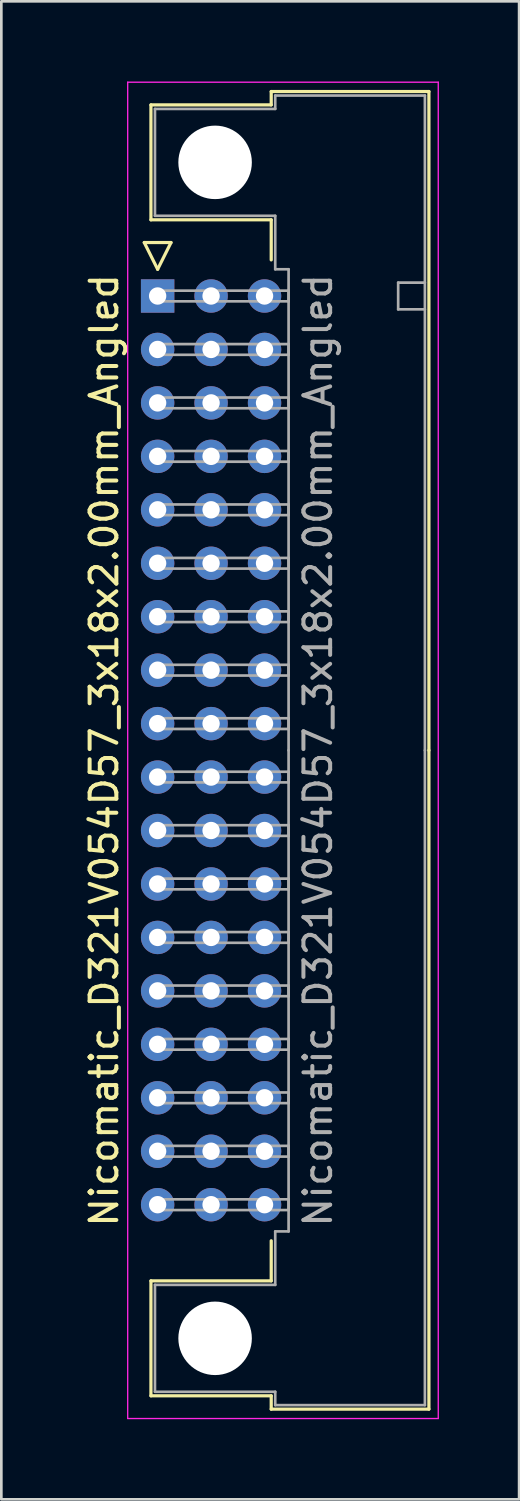
<source format=kicad_pcb>
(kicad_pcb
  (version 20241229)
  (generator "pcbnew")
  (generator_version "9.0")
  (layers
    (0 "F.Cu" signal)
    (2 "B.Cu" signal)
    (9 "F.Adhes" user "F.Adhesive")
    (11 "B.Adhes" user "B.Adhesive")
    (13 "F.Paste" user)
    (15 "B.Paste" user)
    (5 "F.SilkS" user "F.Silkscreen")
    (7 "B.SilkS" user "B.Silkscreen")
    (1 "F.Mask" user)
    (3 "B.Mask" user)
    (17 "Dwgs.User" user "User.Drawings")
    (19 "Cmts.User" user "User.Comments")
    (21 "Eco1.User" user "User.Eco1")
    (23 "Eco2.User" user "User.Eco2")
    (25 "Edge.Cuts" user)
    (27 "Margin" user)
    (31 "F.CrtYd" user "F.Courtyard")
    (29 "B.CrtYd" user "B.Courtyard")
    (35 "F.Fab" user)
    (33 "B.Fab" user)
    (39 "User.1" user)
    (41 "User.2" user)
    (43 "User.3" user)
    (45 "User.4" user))
  (footprint "Nicomatic_D321V054D57_3x18x2.00mm_Angled"
    (layer "F.Cu")
    (at 2.848 8.025)
    (property "Reference" "Nicomatic_D321V054D57_3x18x2.00mm_Angled" (at -2 17 90) (layer "F.SilkS") (effects (font (size 1 1) (thickness 0.15))))
    (attr through_hole)
    (fp_line (start -0.5 -2) (end 0 -1) (stroke (width 0.12) (type solid)) (layer "F.SilkS"))
    (fp_line (start -0.25 -7.15) (end -0.25 -2.85) (stroke (width 0.12) (type solid)) (layer "F.SilkS"))
    (fp_line (start -0.25 -2.85) (end 4.25 -2.85) (stroke (width 0.12) (type solid)) (layer "F.SilkS"))
    (fp_line (start -0.25 36.85) (end 4.25 36.85) (stroke (width 0.12) (type solid)) (layer "F.SilkS"))
    (fp_line (start -0.25 41.15) (end -0.25 36.85) (stroke (width 0.12) (type solid)) (layer "F.SilkS"))
    (fp_line (start 0 -1) (end 0.5 -2) (stroke (width 0.12) (type solid)) (layer "F.SilkS"))
    (fp_line (start 0.5 -2) (end -0.5 -2) (stroke (width 0.12) (type solid)) (layer "F.SilkS"))
    (fp_line (start 4.25 -7.65) (end 4.25 -7.15) (stroke (width 0.12) (type solid)) (layer "F.SilkS"))
    (fp_line (start 4.25 -7.15) (end -0.25 -7.15) (stroke (width 0.12) (type solid)) (layer "F.SilkS"))
    (fp_line (start 4.25 -2.85) (end 4.25 -1.35) (stroke (width 0.12) (type solid)) (layer "F.SilkS"))
    (fp_line (start 4.25 36.85) (end 4.25 35.35) (stroke (width 0.12) (type solid)) (layer "F.SilkS"))
    (fp_line (start 4.25 41.15) (end -0.25 41.15) (stroke (width 0.12) (type solid)) (layer "F.SilkS"))
    (fp_line (start 4.25 41.65) (end 4.25 41.15) (stroke (width 0.12) (type solid)) (layer "F.SilkS"))
    (fp_line (start 10.15 -7.65) (end 4.25 -7.65) (stroke (width 0.12) (type solid)) (layer "F.SilkS"))
    (fp_line (start 10.15 17) (end 10.15 -7.65) (stroke (width 0.12) (type solid)) (layer "F.SilkS"))
    (fp_line (start 10.15 17) (end 10.15 41.65) (stroke (width 0.12) (type solid)) (layer "F.SilkS"))
    (fp_line (start 10.15 41.65) (end 4.25 41.65) (stroke (width 0.12) (type solid)) (layer "F.SilkS"))
    (fp_line (start -1.12 -8) (end -1.12 42) (stroke (width 0.05) (type solid)) (layer "F.CrtYd"))
    (fp_line (start -1.12 42) (end 10.5 42) (stroke (width 0.05) (type solid)) (layer "F.CrtYd"))
    (fp_line (start 10.5 -8) (end -1.12 -8) (stroke (width 0.05) (type solid)) (layer "F.CrtYd"))
    (fp_line (start 10.5 42) (end 10.5 -8) (stroke (width 0.05) (type solid)) (layer "F.CrtYd"))
    (fp_line (start -0.1 -7) (end -0.1 -3) (stroke (width 0.1) (type solid)) (layer "F.Fab"))
    (fp_line (start -0.1 -3) (end 4.4 -3) (stroke (width 0.1) (type solid)) (layer "F.Fab"))
    (fp_line (start -0.1 37) (end 4.4 37) (stroke (width 0.1) (type solid)) (layer "F.Fab"))
    (fp_line (start -0.1 41) (end -0.1 37) (stroke (width 0.1) (type solid)) (layer "F.Fab"))
    (fp_line (start 0 -0.2) (end 0 0.2) (stroke (width 0.1) (type solid)) (layer "F.Fab"))
    (fp_line (start 0 0.2) (end 4.9 0.2) (stroke (width 0.1) (type solid)) (layer "F.Fab"))
    (fp_line (start 0 1.8) (end 0 2.2) (stroke (width 0.1) (type solid)) (layer "F.Fab"))
    (fp_line (start 0 2.2) (end 4.9 2.2) (stroke (width 0.1) (type solid)) (layer "F.Fab"))
    (fp_line (start 0 3.8) (end 0 4.2) (stroke (width 0.1) (type solid)) (layer "F.Fab"))
    (fp_line (start 0 4.2) (end 4.9 4.2) (stroke (width 0.1) (type solid)) (layer "F.Fab"))
    (fp_line (start 0 5.8) (end 0 6.2) (stroke (width 0.1) (type solid)) (layer "F.Fab"))
    (fp_line (start 0 6.2) (end 4.9 6.2) (stroke (width 0.1) (type solid)) (layer "F.Fab"))
    (fp_line (start 0 7.8) (end 0 8.2) (stroke (width 0.1) (type solid)) (layer "F.Fab"))
    (fp_line (start 0 8.2) (end 4.9 8.2) (stroke (width 0.1) (type solid)) (layer "F.Fab"))
    (fp_line (start 0 9.8) (end 0 10.2) (stroke (width 0.1) (type solid)) (layer "F.Fab"))
    (fp_line (start 0 10.2) (end 4.9 10.2) (stroke (width 0.1) (type solid)) (layer "F.Fab"))
    (fp_line (start 0 11.8) (end 0 12.2) (stroke (width 0.1) (type solid)) (layer "F.Fab"))
    (fp_line (start 0 12.2) (end 4.9 12.2) (stroke (width 0.1) (type solid)) (layer "F.Fab"))
    (fp_line (start 0 13.8) (end 0 14.2) (stroke (width 0.1) (type solid)) (layer "F.Fab"))
    (fp_line (start 0 14.2) (end 4.9 14.2) (stroke (width 0.1) (type solid)) (layer "F.Fab"))
    (fp_line (start 0 15.8) (end 0 16.2) (stroke (width 0.1) (type solid)) (layer "F.Fab"))
    (fp_line (start 0 16.2) (end 4.9 16.2) (stroke (width 0.1) (type solid)) (layer "F.Fab"))
    (fp_line (start 0 17.8) (end 0 18.2) (stroke (width 0.1) (type solid)) (layer "F.Fab"))
    (fp_line (start 0 18.2) (end 4.9 18.2) (stroke (width 0.1) (type solid)) (layer "F.Fab"))
    (fp_line (start 0 19.8) (end 0 20.2) (stroke (width 0.1) (type solid)) (layer "F.Fab"))
    (fp_line (start 0 20.2) (end 4.9 20.2) (stroke (width 0.1) (type solid)) (layer "F.Fab"))
    (fp_line (start 0 21.8) (end 0 22.2) (stroke (width 0.1) (type solid)) (layer "F.Fab"))
    (fp_line (start 0 22.2) (end 4.9 22.2) (stroke (width 0.1) (type solid)) (layer "F.Fab"))
    (fp_line (start 0 23.8) (end 0 24.2) (stroke (width 0.1) (type solid)) (layer "F.Fab"))
    (fp_line (start 0 24.2) (end 4.9 24.2) (stroke (width 0.1) (type solid)) (layer "F.Fab"))
    (fp_line (start 0 25.8) (end 0 26.2) (stroke (width 0.1) (type solid)) (layer "F.Fab"))
    (fp_line (start 0 26.2) (end 4.9 26.2) (stroke (width 0.1) (type solid)) (layer "F.Fab"))
    (fp_line (start 0 27.8) (end 0 28.2) (stroke (width 0.1) (type solid)) (layer "F.Fab"))
    (fp_line (start 0 28.2) (end 4.9 28.2) (stroke (width 0.1) (type solid)) (layer "F.Fab"))
    (fp_line (start 0 29.8) (end 0 30.2) (stroke (width 0.1) (type solid)) (layer "F.Fab"))
    (fp_line (start 0 30.2) (end 4.9 30.2) (stroke (width 0.1) (type solid)) (layer "F.Fab"))
    (fp_line (start 0 31.8) (end 0 32.2) (stroke (width 0.1) (type solid)) (layer "F.Fab"))
    (fp_line (start 0 32.2) (end 4.9 32.2) (stroke (width 0.1) (type solid)) (layer "F.Fab"))
    (fp_line (start 0 33.8) (end 0 34.2) (stroke (width 0.1) (type solid)) (layer "F.Fab"))
    (fp_line (start 0 34.2) (end 4.9 34.2) (stroke (width 0.1) (type solid)) (layer "F.Fab"))
    (fp_line (start 4.4 -7.5) (end 4.4 -7) (stroke (width 0.1) (type solid)) (layer "F.Fab"))
    (fp_line (start 4.4 -7) (end -0.1 -7) (stroke (width 0.1) (type solid)) (layer "F.Fab"))
    (fp_line (start 4.4 -3) (end 4.4 -1) (stroke (width 0.1) (type solid)) (layer "F.Fab"))
    (fp_line (start 4.4 -1) (end 4.9 -1) (stroke (width 0.1) (type solid)) (layer "F.Fab"))
    (fp_line (start 4.4 35) (end 4.9 35) (stroke (width 0.1) (type solid)) (layer "F.Fab"))
    (fp_line (start 4.4 37) (end 4.4 35) (stroke (width 0.1) (type solid)) (layer "F.Fab"))
    (fp_line (start 4.4 41) (end -0.1 41) (stroke (width 0.1) (type solid)) (layer "F.Fab"))
    (fp_line (start 4.4 41.5) (end 4.4 41) (stroke (width 0.1) (type solid)) (layer "F.Fab"))
    (fp_line (start 4.9 -1) (end 4.9 17) (stroke (width 0.1) (type solid)) (layer "F.Fab"))
    (fp_line (start 4.9 -0.2) (end 0 -0.2) (stroke (width 0.1) (type solid)) (layer "F.Fab"))
    (fp_line (start 4.9 0.2) (end 4.9 -0.2) (stroke (width 0.1) (type solid)) (layer "F.Fab"))
    (fp_line (start 4.9 1.8) (end 0 1.8) (stroke (width 0.1) (type solid)) (layer "F.Fab"))
    (fp_line (start 4.9 2.2) (end 4.9 1.8) (stroke (width 0.1) (type solid)) (layer "F.Fab"))
    (fp_line (start 4.9 3.8) (end 0 3.8) (stroke (width 0.1) (type solid)) (layer "F.Fab"))
    (fp_line (start 4.9 4.2) (end 4.9 3.8) (stroke (width 0.1) (type solid)) (layer "F.Fab"))
    (fp_line (start 4.9 5.8) (end 0 5.8) (stroke (width 0.1) (type solid)) (layer "F.Fab"))
    (fp_line (start 4.9 6.2) (end 4.9 5.8) (stroke (width 0.1) (type solid)) (layer "F.Fab"))
    (fp_line (start 4.9 7.8) (end 0 7.8) (stroke (width 0.1) (type solid)) (layer "F.Fab"))
    (fp_line (start 4.9 8.2) (end 4.9 7.8) (stroke (width 0.1) (type solid)) (layer "F.Fab"))
    (fp_line (start 4.9 9.8) (end 0 9.8) (stroke (width 0.1) (type solid)) (layer "F.Fab"))
    (fp_line (start 4.9 10.2) (end 4.9 9.8) (stroke (width 0.1) (type solid)) (layer "F.Fab"))
    (fp_line (start 4.9 11.8) (end 0 11.8) (stroke (width 0.1) (type solid)) (layer "F.Fab"))
    (fp_line (start 4.9 12.2) (end 4.9 11.8) (stroke (width 0.1) (type solid)) (layer "F.Fab"))
    (fp_line (start 4.9 13.8) (end 0 13.8) (stroke (width 0.1) (type solid)) (layer "F.Fab"))
    (fp_line (start 4.9 14.2) (end 4.9 13.8) (stroke (width 0.1) (type solid)) (layer "F.Fab"))
    (fp_line (start 4.9 15.8) (end 0 15.8) (stroke (width 0.1) (type solid)) (layer "F.Fab"))
    (fp_line (start 4.9 16.2) (end 4.9 15.8) (stroke (width 0.1) (type solid)) (layer "F.Fab"))
    (fp_line (start 4.9 17.8) (end 0 17.8) (stroke (width 0.1) (type solid)) (layer "F.Fab"))
    (fp_line (start 4.9 18.2) (end 4.9 17.8) (stroke (width 0.1) (type solid)) (layer "F.Fab"))
    (fp_line (start 4.9 19.8) (end 0 19.8) (stroke (width 0.1) (type solid)) (layer "F.Fab"))
    (fp_line (start 4.9 20.2) (end 4.9 19.8) (stroke (width 0.1) (type solid)) (layer "F.Fab"))
    (fp_line (start 4.9 21.8) (end 0 21.8) (stroke (width 0.1) (type solid)) (layer "F.Fab"))
    (fp_line (start 4.9 22.2) (end 4.9 21.8) (stroke (width 0.1) (type solid)) (layer "F.Fab"))
    (fp_line (start 4.9 23.8) (end 0 23.8) (stroke (width 0.1) (type solid)) (layer "F.Fab"))
    (fp_line (start 4.9 24.2) (end 4.9 23.8) (stroke (width 0.1) (type solid)) (layer "F.Fab"))
    (fp_line (start 4.9 25.8) (end 0 25.8) (stroke (width 0.1) (type solid)) (layer "F.Fab"))
    (fp_line (start 4.9 26.2) (end 4.9 25.8) (stroke (width 0.1) (type solid)) (layer "F.Fab"))
    (fp_line (start 4.9 27.8) (end 0 27.8) (stroke (width 0.1) (type solid)) (layer "F.Fab"))
    (fp_line (start 4.9 28.2) (end 4.9 27.8) (stroke (width 0.1) (type solid)) (layer "F.Fab"))
    (fp_line (start 4.9 29.8) (end 0 29.8) (stroke (width 0.1) (type solid)) (layer "F.Fab"))
    (fp_line (start 4.9 30.2) (end 4.9 29.8) (stroke (width 0.1) (type solid)) (layer "F.Fab"))
    (fp_line (start 4.9 31.8) (end 0 31.8) (stroke (width 0.1) (type solid)) (layer "F.Fab"))
    (fp_line (start 4.9 32.2) (end 4.9 31.8) (stroke (width 0.1) (type solid)) (layer "F.Fab"))
    (fp_line (start 4.9 33.8) (end 0 33.8) (stroke (width 0.1) (type solid)) (layer "F.Fab"))
    (fp_line (start 4.9 34.2) (end 4.9 33.8) (stroke (width 0.1) (type solid)) (layer "F.Fab"))
    (fp_line (start 4.9 35) (end 4.9 17) (stroke (width 0.1) (type solid)) (layer "F.Fab"))
    (fp_line (start 9 -0.5) (end 9 0.5) (stroke (width 0.1) (type solid)) (layer "F.Fab"))
    (fp_line (start 9 0.5) (end 10 0.5) (stroke (width 0.1) (type solid)) (layer "F.Fab"))
    (fp_line (start 10 -7.5) (end 4.4 -7.5) (stroke (width 0.1) (type solid)) (layer "F.Fab"))
    (fp_line (start 10 -0.5) (end 9 -0.5) (stroke (width 0.1) (type solid)) (layer "F.Fab"))
    (fp_line (start 10 17) (end 10 -7.5) (stroke (width 0.1) (type solid)) (layer "F.Fab"))
    (fp_line (start 10 17) (end 10 41.5) (stroke (width 0.1) (type solid)) (layer "F.Fab"))
    (fp_line (start 10 41.5) (end 4.4 41.5) (stroke (width 0.1) (type solid)) (layer "F.Fab"))
    (fp_text user "${REFERENCE}" (at 6 17 90) (layer "F.Fab") (effects (font (size 1 1) (thickness 0.15))))
    (pad "" np_thru_hole circle (at 2.15 -5) (size 2.75 2.75) (drill 2.75) (layers "*.Cu" "*.Mask"))
    (pad "" np_thru_hole circle (at 2.15 39) (size 2.75 2.75) (drill 2.75) (layers "*.Cu" "*.Mask"))
    (pad "1" thru_hole rect (at 0 0) (size 1.25 1.25) (drill 0.65) (layers "*.Cu" "*.Mask"))
    (pad "2" thru_hole oval (at 0 2) (size 1.25 1.25) (drill 0.65) (layers "*.Cu" "*.Mask"))
    (pad "3" thru_hole oval (at 0 4) (size 1.25 1.25) (drill 0.65) (layers "*.Cu" "*.Mask"))
    (pad "4" thru_hole oval (at 0 6) (size 1.25 1.25) (drill 0.65) (layers "*.Cu" "*.Mask"))
    (pad "5" thru_hole oval (at 0 8) (size 1.25 1.25) (drill 0.65) (layers "*.Cu" "*.Mask"))
    (pad "6" thru_hole oval (at 0 10) (size 1.25 1.25) (drill 0.65) (layers "*.Cu" "*.Mask"))
    (pad "7" thru_hole oval (at 0 12) (size 1.25 1.25) (drill 0.65) (layers "*.Cu" "*.Mask"))
    (pad "8" thru_hole oval (at 0 14) (size 1.25 1.25) (drill 0.65) (layers "*.Cu" "*.Mask"))
    (pad "9" thru_hole oval (at 0 16) (size 1.25 1.25) (drill 0.65) (layers "*.Cu" "*.Mask"))
    (pad "10" thru_hole oval (at 0 18) (size 1.25 1.25) (drill 0.65) (layers "*.Cu" "*.Mask"))
    (pad "11" thru_hole oval (at 0 20) (size 1.25 1.25) (drill 0.65) (layers "*.Cu" "*.Mask"))
    (pad "12" thru_hole oval (at 0 22) (size 1.25 1.25) (drill 0.65) (layers "*.Cu" "*.Mask"))
    (pad "13" thru_hole oval (at 0 24) (size 1.25 1.25) (drill 0.65) (layers "*.Cu" "*.Mask"))
    (pad "14" thru_hole oval (at 0 26) (size 1.25 1.25) (drill 0.65) (layers "*.Cu" "*.Mask"))
    (pad "15" thru_hole oval (at 0 28) (size 1.25 1.25) (drill 0.65) (layers "*.Cu" "*.Mask"))
    (pad "16" thru_hole oval (at 0 30) (size 1.25 1.25) (drill 0.65) (layers "*.Cu" "*.Mask"))
    (pad "17" thru_hole oval (at 0 32) (size 1.25 1.25) (drill 0.65) (layers "*.Cu" "*.Mask"))
    (pad "18" thru_hole oval (at 0 34) (size 1.25 1.25) (drill 0.65) (layers "*.Cu" "*.Mask"))
    (pad "19" thru_hole oval (at 2 0) (size 1.25 1.25) (drill 0.65) (layers "*.Cu" "*.Mask"))
    (pad "20" thru_hole oval (at 2 2) (size 1.25 1.25) (drill 0.65) (layers "*.Cu" "*.Mask"))
    (pad "21" thru_hole oval (at 2 4) (size 1.25 1.25) (drill 0.65) (layers "*.Cu" "*.Mask"))
    (pad "22" thru_hole oval (at 2 6) (size 1.25 1.25) (drill 0.65) (layers "*.Cu" "*.Mask"))
    (pad "23" thru_hole oval (at 2 8) (size 1.25 1.25) (drill 0.65) (layers "*.Cu" "*.Mask"))
    (pad "24" thru_hole oval (at 2 10) (size 1.25 1.25) (drill 0.65) (layers "*.Cu" "*.Mask"))
    (pad "25" thru_hole oval (at 2 12) (size 1.25 1.25) (drill 0.65) (layers "*.Cu" "*.Mask"))
    (pad "26" thru_hole oval (at 2 14) (size 1.25 1.25) (drill 0.65) (layers "*.Cu" "*.Mask"))
    (pad "27" thru_hole oval (at 2 16) (size 1.25 1.25) (drill 0.65) (layers "*.Cu" "*.Mask"))
    (pad "28" thru_hole oval (at 2 18) (size 1.25 1.25) (drill 0.65) (layers "*.Cu" "*.Mask"))
    (pad "29" thru_hole oval (at 2 20) (size 1.25 1.25) (drill 0.65) (layers "*.Cu" "*.Mask"))
    (pad "30" thru_hole oval (at 2 22) (size 1.25 1.25) (drill 0.65) (layers "*.Cu" "*.Mask"))
    (pad "31" thru_hole oval (at 2 24) (size 1.25 1.25) (drill 0.65) (layers "*.Cu" "*.Mask"))
    (pad "32" thru_hole oval (at 2 26) (size 1.25 1.25) (drill 0.65) (layers "*.Cu" "*.Mask"))
    (pad "33" thru_hole oval (at 2 28) (size 1.25 1.25) (drill 0.65) (layers "*.Cu" "*.Mask"))
    (pad "34" thru_hole oval (at 2 30) (size 1.25 1.25) (drill 0.65) (layers "*.Cu" "*.Mask"))
    (pad "35" thru_hole oval (at 2 32) (size 1.25 1.25) (drill 0.65) (layers "*.Cu" "*.Mask"))
    (pad "36" thru_hole oval (at 2 34) (size 1.25 1.25) (drill 0.65) (layers "*.Cu" "*.Mask"))
    (pad "37" thru_hole oval (at 4 0) (size 1.25 1.25) (drill 0.65) (layers "*.Cu" "*.Mask"))
    (pad "38" thru_hole oval (at 4 2) (size 1.25 1.25) (drill 0.65) (layers "*.Cu" "*.Mask"))
    (pad "39" thru_hole oval (at 4 4) (size 1.25 1.25) (drill 0.65) (layers "*.Cu" "*.Mask"))
    (pad "40" thru_hole oval (at 4 6) (size 1.25 1.25) (drill 0.65) (layers "*.Cu" "*.Mask"))
    (pad "41" thru_hole oval (at 4 8) (size 1.25 1.25) (drill 0.65) (layers "*.Cu" "*.Mask"))
    (pad "42" thru_hole oval (at 4 10) (size 1.25 1.25) (drill 0.65) (layers "*.Cu" "*.Mask"))
    (pad "43" thru_hole oval (at 4 12) (size 1.25 1.25) (drill 0.65) (layers "*.Cu" "*.Mask"))
    (pad "44" thru_hole oval (at 4 14) (size 1.25 1.25) (drill 0.65) (layers "*.Cu" "*.Mask"))
    (pad "45" thru_hole oval (at 4 16) (size 1.25 1.25) (drill 0.65) (layers "*.Cu" "*.Mask"))
    (pad "46" thru_hole oval (at 4 18) (size 1.25 1.25) (drill 0.65) (layers "*.Cu" "*.Mask"))
    (pad "47" thru_hole oval (at 4 20) (size 1.25 1.25) (drill 0.65) (layers "*.Cu" "*.Mask"))
    (pad "48" thru_hole oval (at 4 22) (size 1.25 1.25) (drill 0.65) (layers "*.Cu" "*.Mask"))
    (pad "49" thru_hole oval (at 4 24) (size 1.25 1.25) (drill 0.65) (layers "*.Cu" "*.Mask"))
    (pad "50" thru_hole oval (at 4 26) (size 1.25 1.25) (drill 0.65) (layers "*.Cu" "*.Mask"))
    (pad "51" thru_hole oval (at 4 28) (size 1.25 1.25) (drill 0.65) (layers "*.Cu" "*.Mask"))
    (pad "52" thru_hole oval (at 4 30) (size 1.25 1.25) (drill 0.65) (layers "*.Cu" "*.Mask"))
    (pad "53" thru_hole oval (at 4 32) (size 1.25 1.25) (drill 0.65) (layers "*.Cu" "*.Mask"))
    (pad "54" thru_hole oval (at 4 34) (size 1.25 1.25) (drill 0.65) (layers "*.Cu" "*.Mask")))
  (gr_rect
    (start -3 -3)
    (end 16.373 53.05)
    (stroke (width 0.1) (type default))
    (fill no)
    (layer "Edge.Cuts")))
</source>
